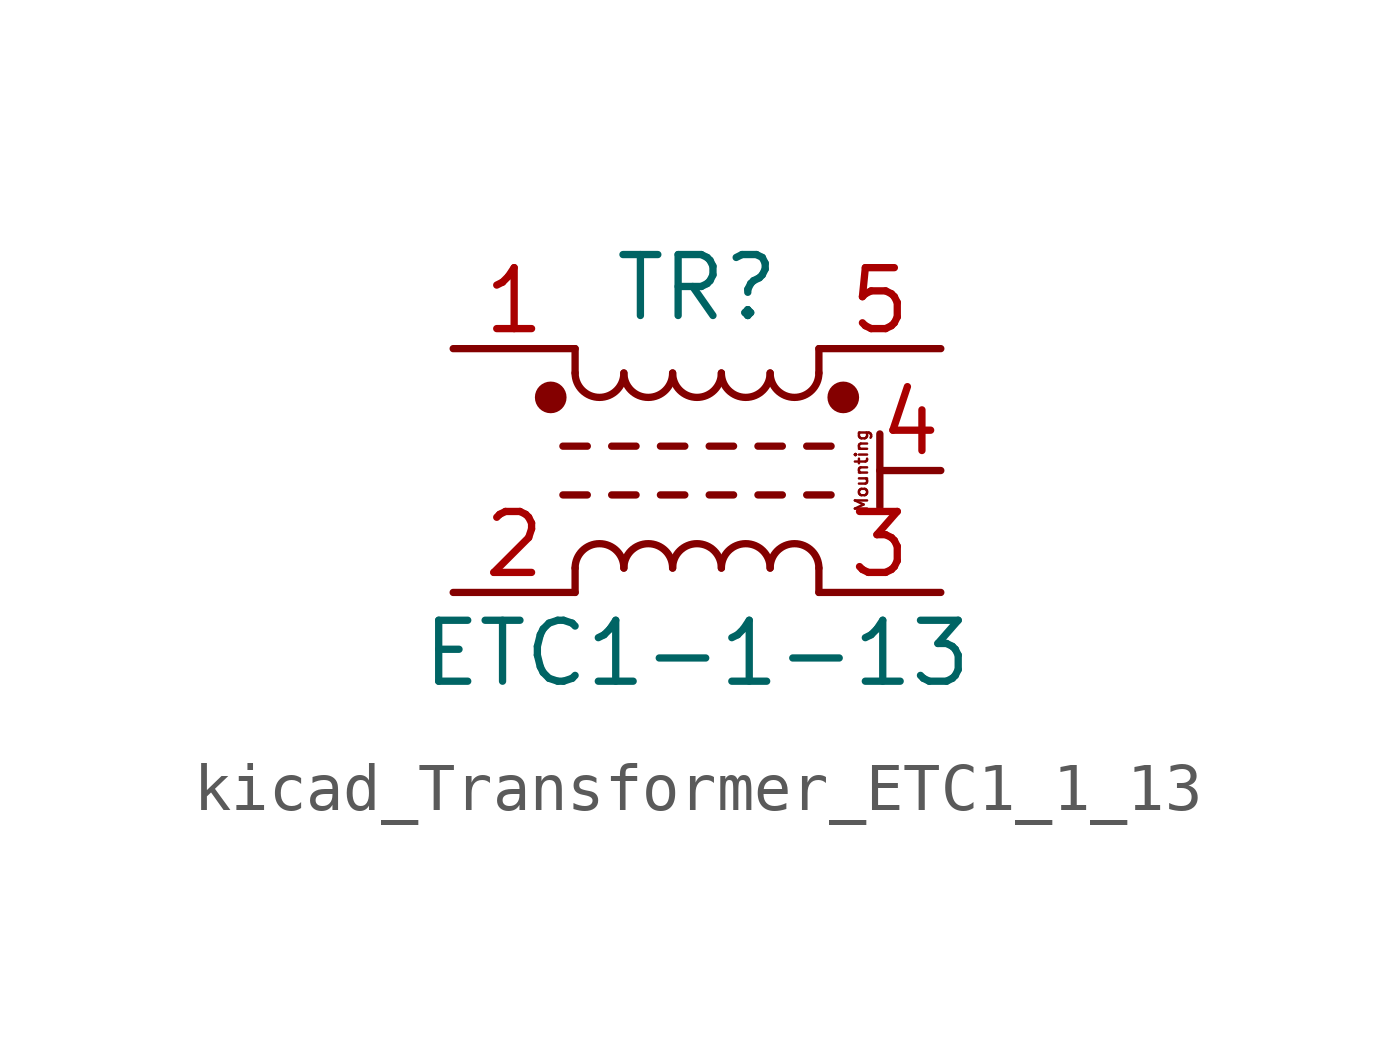
<source format=kicad_sym>
(kicad_symbol_lib
  (version 20220914)
  (generator kicad_symbol_editor)
  (symbol "kicad_Transformer_ETC1_1_13"
    (pin_names hide)
    (property "Reference" "TR"
      (at 0 3.81 0)
      (effects (font (size 1.27 1.27))))
    (property "Value" "ETC1-1-13"
      (at 0 -3.81 0)
      (effects (font (size 1.27 1.27))))
    (symbol "kicad_Transformer_ETC1_1_13_0_0"
      (polyline (pts (xy 3.81 0.762) (xy 3.81 -0.762)) (stroke (width 0) (type default)) (fill (type none)))
      (text "Mounting" (at 3.429 0 900) (effects (font (size 0.254 0.254) bold))))
    (symbol "kicad_Transformer_ETC1_1_13_1_1"
      (circle (center -3.048 1.524) (radius 0.254) (stroke (width 0) (type default)) (fill (type outline)))
      (arc (start -2.54 2.032) (mid -2.032 1.5262) (end -1.524 2.032) (stroke (width 0) (type default)) (fill (type none)))
      (arc (start -1.524 -2.032) (mid -2.032 -1.5262) (end -2.54 -2.032) (stroke (width 0) (type default)) (fill (type none)))
      (arc (start -1.524 2.032) (mid -1.016 1.5262) (end -0.508 2.032) (stroke (width 0) (type default)) (fill (type none)))
      (arc (start -0.508 -2.032) (mid -1.016 -1.5262) (end -1.524 -2.032) (stroke (width 0) (type default)) (fill (type none)))
      (arc (start -0.508 2.032) (mid 0 1.5262) (end 0.508 2.032) (stroke (width 0) (type default)) (fill (type none)))
      (polyline (pts (xy -2.794 -0.508) (xy -2.286 -0.508)) (stroke (width 0) (type default)) (fill (type none)))
      (polyline (pts (xy -2.794 0.508) (xy -2.286 0.508)) (stroke (width 0) (type default)) (fill (type none)))
      (polyline (pts (xy -2.54 -2.032) (xy -2.54 -2.54)) (stroke (width 0) (type default)) (fill (type none)))
      (polyline (pts (xy -2.54 2.032) (xy -2.54 2.54)) (stroke (width 0) (type default)) (fill (type none)))
      (polyline (pts (xy -1.778 -0.508) (xy -1.27 -0.508)) (stroke (width 0) (type default)) (fill (type none)))
      (polyline (pts (xy -1.778 0.508) (xy -1.27 0.508)) (stroke (width 0) (type default)) (fill (type none)))
      (polyline (pts (xy -0.762 -0.508) (xy -0.254 -0.508)) (stroke (width 0) (type default)) (fill (type none)))
      (polyline (pts (xy -0.762 0.508) (xy -0.254 0.508)) (stroke (width 0) (type default)) (fill (type none)))
      (polyline (pts (xy 0.254 -0.508) (xy 0.762 -0.508)) (stroke (width 0) (type default)) (fill (type none)))
      (polyline (pts (xy 0.254 0.508) (xy 0.762 0.508)) (stroke (width 0) (type default)) (fill (type none)))
      (polyline (pts (xy 1.27 -0.508) (xy 1.778 -0.508)) (stroke (width 0) (type default)) (fill (type none)))
      (polyline (pts (xy 1.27 0.508) (xy 1.778 0.508)) (stroke (width 0) (type default)) (fill (type none)))
      (polyline (pts (xy 2.286 -0.508) (xy 2.794 -0.508)) (stroke (width 0) (type default)) (fill (type none)))
      (polyline (pts (xy 2.286 0.508) (xy 2.794 0.508)) (stroke (width 0) (type default)) (fill (type none)))
      (polyline (pts (xy 2.54 -2.032) (xy 2.54 -2.54)) (stroke (width 0) (type default)) (fill (type none)))
      (polyline (pts (xy 2.54 2.54) (xy 2.54 2.032)) (stroke (width 0) (type default)) (fill (type none)))
      (arc (start 0.508 -2.032) (mid 0 -1.5262) (end -0.508 -2.032) (stroke (width 0) (type default)) (fill (type none)))
      (arc (start 0.508 2.032) (mid 1.016 1.5262) (end 1.524 2.032) (stroke (width 0) (type default)) (fill (type none)))
      (arc (start 1.524 -2.032) (mid 1.016 -1.5262) (end 0.508 -2.032) (stroke (width 0) (type default)) (fill (type none)))
      (arc (start 1.524 2.032) (mid 2.032 1.5262) (end 2.54 2.032) (stroke (width 0) (type default)) (fill (type none)))
      (arc (start 2.54 -2.032) (mid 2.032 -1.5262) (end 1.524 -2.032) (stroke (width 0) (type default)) (fill (type none)))
      (circle (center 3.048 1.524) (radius 0.254) (stroke (width 0) (type default)) (fill (type outline)))
      (pin passive line (at -5.08 2.54 0) (length 2.54) (name "~" (effects (font (size 1.27 1.27)))) (number "1" (effects (font (size 1.27 1.27)))))
      (pin passive line (at -5.08 -2.54 0) (length 2.54) (name "~" (effects (font (size 1.27 1.27)))) (number "2" (effects (font (size 1.27 1.27)))))
      (pin passive line (at 5.08 -2.54 180) (length 2.54) (name "~" (effects (font (size 1.27 1.27)))) (number "3" (effects (font (size 1.27 1.27)))))
      (pin passive line (at 5.08 0 180) (length 1.27) (name "MP" (effects (font (size 1.27 1.27)))) (number "4" (effects (font (size 1.27 1.27)))))
      (pin passive line (at 5.08 2.54 180) (length 2.54) (name "~" (effects (font (size 1.27 1.27)))) (number "5" (effects (font (size 1.27 1.27))))))))
</source>
